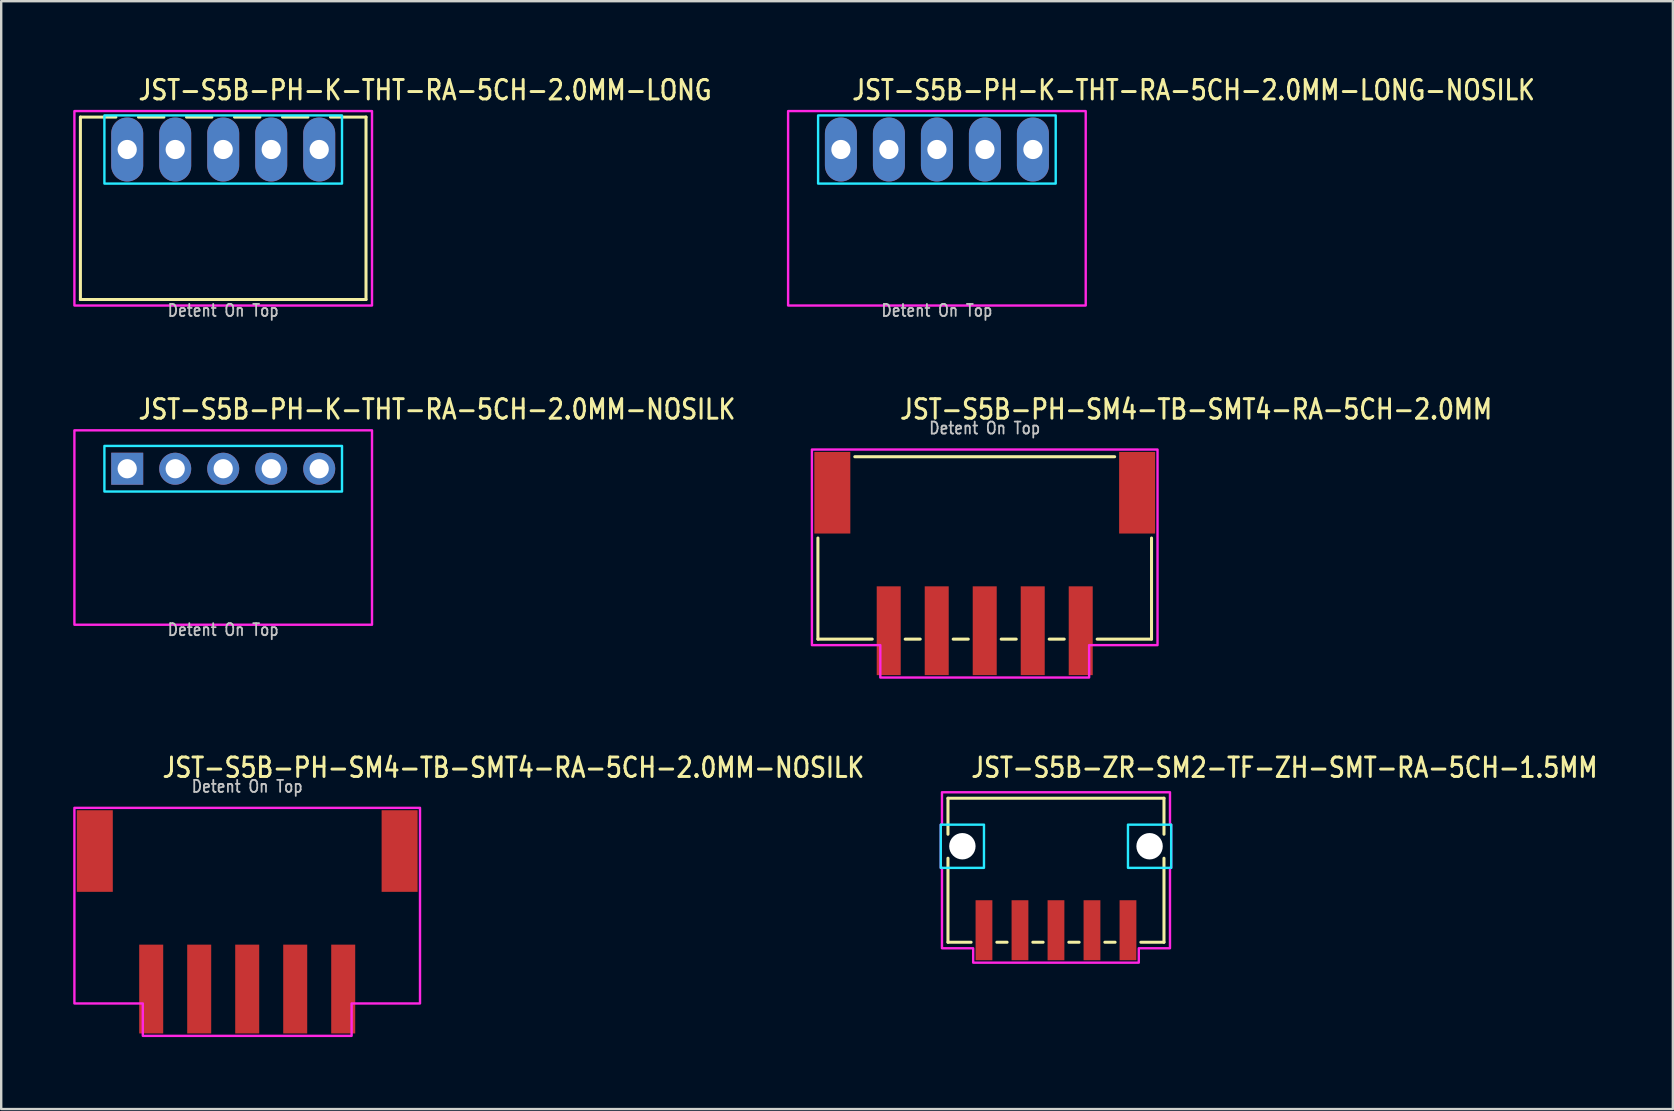
<source format=kicad_pcb>
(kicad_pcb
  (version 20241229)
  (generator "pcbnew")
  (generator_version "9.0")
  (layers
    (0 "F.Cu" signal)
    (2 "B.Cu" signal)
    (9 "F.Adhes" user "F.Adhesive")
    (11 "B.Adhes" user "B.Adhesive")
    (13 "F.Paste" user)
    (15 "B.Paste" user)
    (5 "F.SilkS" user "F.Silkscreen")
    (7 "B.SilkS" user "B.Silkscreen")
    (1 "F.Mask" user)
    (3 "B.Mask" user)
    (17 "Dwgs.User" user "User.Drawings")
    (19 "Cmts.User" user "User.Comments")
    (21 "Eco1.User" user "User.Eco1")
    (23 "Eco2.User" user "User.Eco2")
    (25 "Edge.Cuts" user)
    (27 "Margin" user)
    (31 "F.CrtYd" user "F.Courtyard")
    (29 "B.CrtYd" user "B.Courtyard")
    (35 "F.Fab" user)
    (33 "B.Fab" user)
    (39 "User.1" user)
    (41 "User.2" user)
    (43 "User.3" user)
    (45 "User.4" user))
  (footprint "JST-S5B-PH-K-THT-RA-5CH-2.0MM-LONG"
    (layer "F.Cu")
    (at 6.25 3.179)
    (property "Reference" "JST-S5B-PH-K-THT-RA-5CH-2.0MM-LONG" (at -3.6 -2 0) (unlocked yes) (layer "F.SilkS") (effects (font (size 0.813 0.695) (thickness 0.122)) (justify left bottom)))
    (fp_line (start -5.95 -1.35) (end -4.471 -1.35) (stroke (width 0.127) (type solid)) (layer "F.SilkS"))
    (fp_line (start -5.95 6.25) (end -5.95 -1.35) (stroke (width 0.127) (type solid)) (layer "F.SilkS"))
    (fp_line (start -5.95 6.25) (end 5.95 6.25) (stroke (width 0.127) (type solid)) (layer "F.SilkS"))
    (fp_line (start -3.529 -1.35) (end -2.471 -1.35) (stroke (width 0.127) (type solid)) (layer "F.SilkS"))
    (fp_line (start -1.529 -1.35) (end -0.471 -1.35) (stroke (width 0.127) (type solid)) (layer "F.SilkS"))
    (fp_line (start 0.471 -1.35) (end 1.529 -1.35) (stroke (width 0.127) (type solid)) (layer "F.SilkS"))
    (fp_line (start 2.471 -1.35) (end 3.529 -1.35) (stroke (width 0.127) (type solid)) (layer "F.SilkS"))
    (fp_line (start 4.471 -1.35) (end 5.95 -1.35) (stroke (width 0.127) (type solid)) (layer "F.SilkS"))
    (fp_line (start 5.95 -1.35) (end 5.95 6.25) (stroke (width 0.127) (type solid)) (layer "F.SilkS"))
    (fp_poly (pts (xy -4.95 -1.42) (xy -4.95 1.42) (xy 4.95 1.42) (xy 4.95 -1.42)) (stroke (width 0.1) (type solid)) (fill no) (layer "B.CrtYd"))
    (fp_poly (pts (xy -6.2 -1.6) (xy -6.2 6.5) (xy 6.2 6.5) (xy 6.2 -1.6)) (stroke (width 0.1) (type solid)) (fill no) (layer "F.CrtYd"))
    (fp_text user "Detent On Top" (at 0 7 0) (unlocked yes) (layer "Dwgs.User") (effects (font (size 0.5 0.427) (thickness 0.075)) (justify bottom)))
    (pad "1" thru_hole oval (at -4 0 90) (size 2.667 1.333) (drill 0.8) (layers "*.Cu" "*.Mask"))
    (pad "2" thru_hole oval (at -2 0 90) (size 2.667 1.333) (drill 0.8) (layers "*.Cu" "*.Mask"))
    (pad "3" thru_hole oval (at 0 0 90) (size 2.667 1.333) (drill 0.8) (layers "*.Cu" "*.Mask"))
    (pad "4" thru_hole oval (at 2 0 90) (size 2.667 1.333) (drill 0.8) (layers "*.Cu" "*.Mask"))
    (pad "5" thru_hole oval (at 4 0 90) (size 2.667 1.333) (drill 0.8) (layers "*.Cu" "*.Mask")))
  (footprint "JST-S5B-PH-K-THT-RA-5CH-2.0MM-LONG-NOSILK"
    (layer "F.Cu")
    (at 35.987 3.179)
    (property "Reference" "JST-S5B-PH-K-THT-RA-5CH-2.0MM-LONG-NOSILK" (at -3.6 -2 0) (unlocked yes) (layer "F.SilkS") (effects (font (size 0.813 0.695) (thickness 0.122)) (justify left bottom)))
    (fp_poly (pts (xy -4.95 -1.42) (xy -4.95 1.42) (xy 4.95 1.42) (xy 4.95 -1.42)) (stroke (width 0.1) (type solid)) (fill no) (layer "B.CrtYd"))
    (fp_poly (pts (xy -6.2 -1.6) (xy -6.2 6.5) (xy 6.2 6.5) (xy 6.2 -1.6)) (stroke (width 0.1) (type solid)) (fill no) (layer "F.CrtYd"))
    (fp_text user "Detent On Top" (at 0 7 0) (unlocked yes) (layer "Dwgs.User") (effects (font (size 0.5 0.427) (thickness 0.075)) (justify bottom)))
    (pad "1" thru_hole oval (at -4 0 90) (size 2.667 1.333) (drill 0.8) (layers "*.Cu" "*.Mask"))
    (pad "2" thru_hole oval (at -2 0 90) (size 2.667 1.333) (drill 0.8) (layers "*.Cu" "*.Mask"))
    (pad "3" thru_hole oval (at 0 0 90) (size 2.667 1.333) (drill 0.8) (layers "*.Cu" "*.Mask"))
    (pad "4" thru_hole oval (at 2 0 90) (size 2.667 1.333) (drill 0.8) (layers "*.Cu" "*.Mask"))
    (pad "5" thru_hole oval (at 4 0 90) (size 2.667 1.333) (drill 0.8) (layers "*.Cu" "*.Mask")))
  (footprint "JST-S5B-PH-SM4-TB-SMT4-RA-5CH-2.0MM-NOSILK"
    (layer "F.Cu")
    (at 7.25 32.409)
    (property "Reference" "JST-S5B-PH-SM4-TB-SMT4-RA-5CH-2.0MM-NOSILK" (at -3.6 -3 0) (unlocked yes) (layer "F.SilkS") (effects (font (size 0.813 0.695) (thickness 0.122)) (justify left bottom)))
    (fp_poly (pts (xy -7.2 -1.8) (xy -7.2 6.35) (xy -4.35 6.35) (xy -4.35 7.7) (xy 4.35 7.7) (xy 4.35 6.35) (xy 7.2 6.35) (xy 7.2 -1.8)) (stroke (width 0.1) (type solid)) (fill no) (layer "F.CrtYd"))
    (fp_text user "Detent On Top" (at 0 -2.4 0) (unlocked yes) (layer "Dwgs.User") (effects (font (size 0.5 0.427) (thickness 0.075)) (justify bottom)))
    (pad "1" smd rect (at 4 5.75) (size 1 3.7) (layers "F.Cu" "F.Mask" "F.Paste"))
    (pad "2" smd rect (at 2 5.75) (size 1 3.7) (layers "F.Cu" "F.Mask" "F.Paste"))
    (pad "3" smd rect (at 0 5.75) (size 1 3.7) (layers "F.Cu" "F.Mask" "F.Paste"))
    (pad "4" smd rect (at -2 5.75) (size 1 3.7) (layers "F.Cu" "F.Mask" "F.Paste"))
    (pad "5" smd rect (at -4 5.75) (size 1 3.7) (layers "F.Cu" "F.Mask" "F.Paste"))
    (pad "S_1" smd rect (at -6.35 0) (size 1.5 3.4) (layers "F.Cu" "F.Mask" "F.Paste"))
    (pad "S_2" smd rect (at 6.35 0) (size 1.5 3.4) (layers "F.Cu" "F.Mask" "F.Paste")))
  (footprint "JST-S5B-PH-K-THT-RA-5CH-2.0MM-NOSILK"
    (layer "F.Cu")
    (at 6.25 16.48)
    (property "Reference" "JST-S5B-PH-K-THT-RA-5CH-2.0MM-NOSILK" (at -3.6 -2 0) (unlocked yes) (layer "F.SilkS") (effects (font (size 0.813 0.695) (thickness 0.122)) (justify left bottom)))
    (fp_poly (pts (xy -4.95 -0.95) (xy -4.95 0.95) (xy 4.95 0.95) (xy 4.95 -0.95)) (stroke (width 0.1) (type solid)) (fill no) (layer "B.CrtYd"))
    (fp_poly (pts (xy -6.2 -1.6) (xy -6.2 6.5) (xy 6.2 6.5) (xy 6.2 -1.6)) (stroke (width 0.1) (type solid)) (fill no) (layer "F.CrtYd"))
    (fp_text user "Detent On Top" (at 0 7 0) (unlocked yes) (layer "Dwgs.User") (effects (font (size 0.5 0.427) (thickness 0.075)) (justify bottom)))
    (pad "1" thru_hole rect (at -4 0) (size 1.333 1.333) (drill 0.8) (layers "*.Cu" "*.Mask"))
    (pad "2" thru_hole oval (at -2 0) (size 1.333 1.333) (drill 0.8) (layers "*.Cu" "*.Mask"))
    (pad "3" thru_hole oval (at 0 0) (size 1.333 1.333) (drill 0.8) (layers "*.Cu" "*.Mask"))
    (pad "4" thru_hole oval (at 2 0) (size 1.333 1.333) (drill 0.8) (layers "*.Cu" "*.Mask"))
    (pad "5" thru_hole oval (at 4 0) (size 1.333 1.333) (drill 0.8) (layers "*.Cu" "*.Mask")))
  (footprint "JST-S5B-PH-SM4-TB-SMT4-RA-5CH-2.0MM"
    (layer "F.Cu")
    (at 37.979 17.48)
    (property "Reference" "JST-S5B-PH-SM4-TB-SMT4-RA-5CH-2.0MM" (at -3.6 -3 0) (unlocked yes) (layer "F.SilkS") (effects (font (size 0.813 0.695) (thickness 0.122)) (justify left bottom)))
    (fp_line (start -6.95 6.1) (end -6.95 1.887) (stroke (width 0.127) (type solid)) (layer "F.SilkS"))
    (fp_line (start -6.95 6.1) (end -4.686 6.1) (stroke (width 0.127) (type solid)) (layer "F.SilkS"))
    (fp_line (start -5.413 -1.5) (end 5.413 -1.5) (stroke (width 0.127) (type solid)) (layer "F.SilkS"))
    (fp_line (start -3.313 6.1) (end -2.687 6.1) (stroke (width 0.127) (type solid)) (layer "F.SilkS"))
    (fp_line (start -1.313 6.1) (end -0.686 6.1) (stroke (width 0.127) (type solid)) (layer "F.SilkS"))
    (fp_line (start 0.686 6.1) (end 1.313 6.1) (stroke (width 0.127) (type solid)) (layer "F.SilkS"))
    (fp_line (start 2.687 6.1) (end 3.313 6.1) (stroke (width 0.127) (type solid)) (layer "F.SilkS"))
    (fp_line (start 4.686 6.1) (end 6.95 6.1) (stroke (width 0.127) (type solid)) (layer "F.SilkS"))
    (fp_line (start 6.95 1.887) (end 6.95 6.1) (stroke (width 0.127) (type solid)) (layer "F.SilkS"))
    (fp_poly (pts (xy -7.2 -1.8) (xy -7.2 6.35) (xy -4.35 6.35) (xy -4.35 7.7) (xy 4.35 7.7) (xy 4.35 6.35) (xy 7.2 6.35) (xy 7.2 -1.8)) (stroke (width 0.1) (type solid)) (fill no) (layer "F.CrtYd"))
    (fp_text user "Detent On Top" (at 0 -2.4 0) (unlocked yes) (layer "Dwgs.User") (effects (font (size 0.5 0.427) (thickness 0.075)) (justify bottom)))
    (pad "1" smd rect (at 4 5.75) (size 1 3.7) (layers "F.Cu" "F.Mask" "F.Paste"))
    (pad "2" smd rect (at 2 5.75) (size 1 3.7) (layers "F.Cu" "F.Mask" "F.Paste"))
    (pad "3" smd rect (at 0 5.75) (size 1 3.7) (layers "F.Cu" "F.Mask" "F.Paste"))
    (pad "4" smd rect (at -2 5.75) (size 1 3.7) (layers "F.Cu" "F.Mask" "F.Paste"))
    (pad "5" smd rect (at -4 5.75) (size 1 3.7) (layers "F.Cu" "F.Mask" "F.Paste"))
    (pad "S_1" smd rect (at -6.35 0) (size 1.5 3.4) (layers "F.Cu" "F.Mask" "F.Paste"))
    (pad "S_2" smd rect (at 6.35 0) (size 1.5 3.4) (layers "F.Cu" "F.Mask" "F.Paste")))
  (footprint "JST-S5B-ZR-SM2-TF-ZH-SMT-RA-5CH-1.5MM"
    (layer "F.Cu")
    (at 40.948 32.209)
    (property "Reference" "JST-S5B-ZR-SM2-TF-ZH-SMT-RA-5CH-1.5MM" (at -3.6 -2.8 0) (unlocked yes) (layer "F.SilkS") (effects (font (size 0.813 0.695) (thickness 0.122)) (justify left bottom)))
    (fp_line (start -4.5 -2) (end -4.5 -0.5) (stroke (width 0.127) (type solid)) (layer "F.SilkS"))
    (fp_line (start -4.5 -2) (end 4.5 -2) (stroke (width 0.127) (type solid)) (layer "F.SilkS"))
    (fp_line (start -4.5 4) (end -4.5 0.5) (stroke (width 0.127) (type solid)) (layer "F.SilkS"))
    (fp_line (start -4.5 4) (end -3.537 4) (stroke (width 0.127) (type solid)) (layer "F.SilkS"))
    (fp_line (start -2.463 4) (end -2.037 4) (stroke (width 0.127) (type solid)) (layer "F.SilkS"))
    (fp_line (start -0.964 4) (end -0.536 4) (stroke (width 0.127) (type solid)) (layer "F.SilkS"))
    (fp_line (start 0.536 4) (end 0.964 4) (stroke (width 0.127) (type solid)) (layer "F.SilkS"))
    (fp_line (start 2.037 4) (end 2.463 4) (stroke (width 0.127) (type solid)) (layer "F.SilkS"))
    (fp_line (start 3.537 4) (end 4.5 4) (stroke (width 0.127) (type solid)) (layer "F.SilkS"))
    (fp_line (start 4.5 -0.5) (end 4.5 -2) (stroke (width 0.127) (type solid)) (layer "F.SilkS"))
    (fp_line (start 4.5 0.5) (end 4.5 4) (stroke (width 0.127) (type solid)) (layer "F.SilkS"))
    (fp_poly (pts (xy -4.8 -0.9) (xy -4.8 0.9) (xy -3 0.9) (xy -3 -0.9)) (stroke (width 0.1) (type solid)) (fill no) (layer "B.CrtYd"))
    (fp_poly (pts (xy 4.8 -0.9) (xy 4.8 0.9) (xy 3 0.9) (xy 3 -0.9)) (stroke (width 0.1) (type solid)) (fill no) (layer "B.CrtYd"))
    (fp_poly (pts (xy -4.75 -2.25) (xy -4.75 -0.9) (xy -4.8 -0.9) (xy -4.8 0.9) (xy -4.75 0.9) (xy -4.75 4.25) (xy -3.45 4.25) (xy -3.45 4.85) (xy 3.45 4.85) (xy 3.45 4.25) (xy 4.75 4.25) (xy 4.75 0.9) (xy 4.8 0.9) (xy 4.8 -0.9) (xy 4.75 -0.9) (xy 4.75 -2.25)) (stroke (width 0.1) (type solid)) (fill no) (layer "F.CrtYd"))
    (pad "" np_thru_hole circle (at -3.9 0) (size 1.1 1.1) (drill 1.1) (layers "*.Cu" "*.Mask"))
    (pad "" np_thru_hole circle (at 3.9 0) (size 1.1 1.1) (drill 1.1) (layers "*.Cu" "*.Mask"))
    (pad "1" smd rect (at 3 3.5) (size 0.7 2.5) (layers "F.Cu" "F.Mask" "F.Paste"))
    (pad "2" smd rect (at 1.5 3.5) (size 0.7 2.5) (layers "F.Cu" "F.Mask" "F.Paste"))
    (pad "3" smd rect (at 0 3.5) (size 0.7 2.5) (layers "F.Cu" "F.Mask" "F.Paste"))
    (pad "4" smd rect (at -1.5 3.5) (size 0.7 2.5) (layers "F.Cu" "F.Mask" "F.Paste"))
    (pad "5" smd rect (at -3 3.5) (size 0.7 2.5) (layers "F.Cu" "F.Mask" "F.Paste")))
  (gr_rect
    (start -3 -3)
    (end 66.651 43.159)
    (stroke (width 0.1) (type default))
    (fill no)
    (layer "Edge.Cuts")))
</source>
